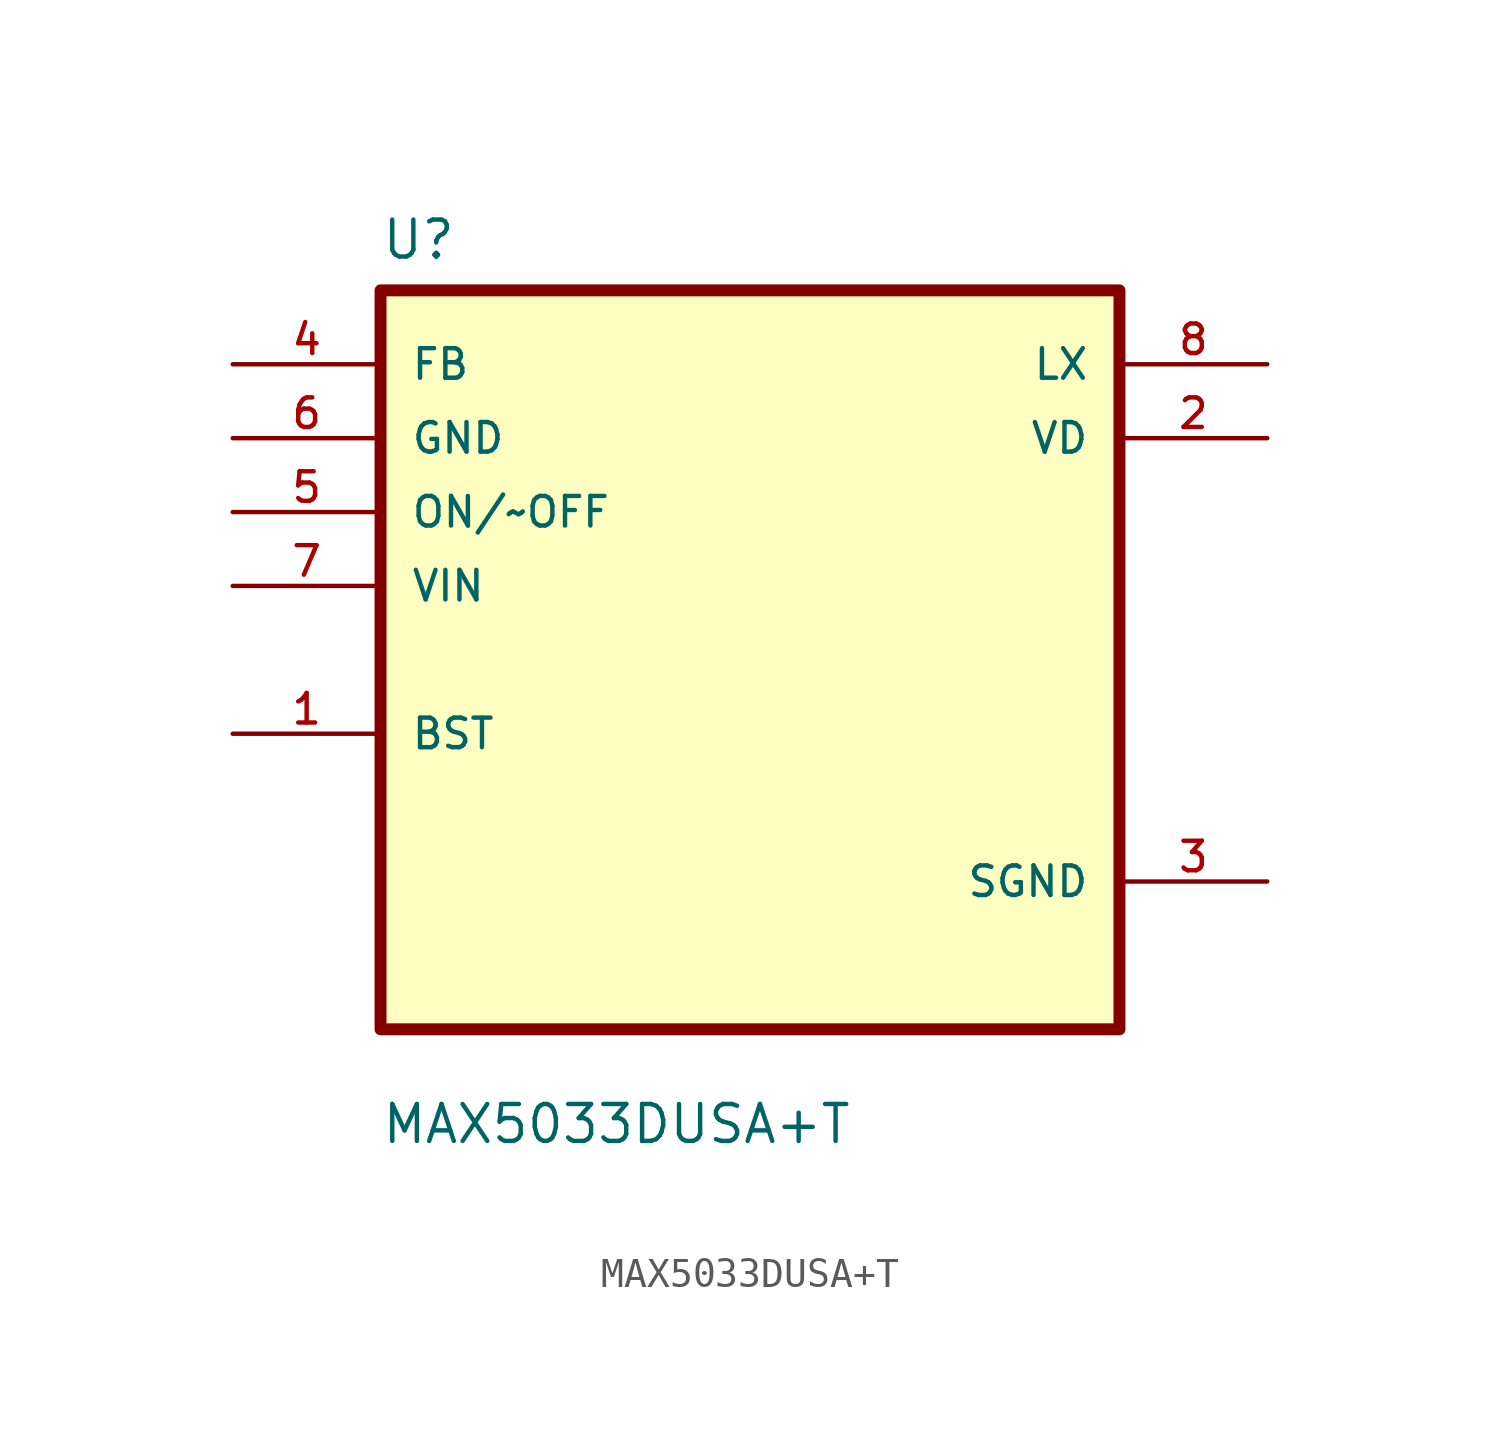
<source format=kicad_sym>
(kicad_symbol_lib
  (version 20211014)
  (generator kicad_symbol_editor)
  (symbol "MAX5033DUSA+T"
    (pin_names
      (offset 1.016))
    (property "Reference" "U"
      (at -12.7 13.7 0.0)
      (effects (font (size 1.27 1.27)) (justify bottom left)))
    (property "Value" "MAX5033DUSA+T"
      (at -12.7 -16.7 0.0)
      (effects (font (size 1.27 1.27)) (justify bottom left)))
    (symbol "MAX5033DUSA+T_0_0"
      (rectangle (start -12.7 -12.7) (end 12.7 12.7) (stroke (width 0.41)) (fill (type background)))
      (pin input line (at -17.78 10.16 0) (length 5.08) (name "FB" (effects (font (size 1.016 1.016)))) (number "4" (effects (font (size 1.016 1.016)))))
      (pin input line (at -17.78 7.62 0) (length 5.08) (name "GND" (effects (font (size 1.016 1.016)))) (number "6" (effects (font (size 1.016 1.016)))))
      (pin input line (at -17.78 5.08 0) (length 5.08) (name "ON/~OFF" (effects (font (size 1.016 1.016)))) (number "5" (effects (font (size 1.016 1.016)))))
      (pin input line (at -17.78 2.54 0) (length 5.08) (name "VIN" (effects (font (size 1.016 1.016)))) (number "7" (effects (font (size 1.016 1.016)))))
      (pin bidirectional line (at -17.78 -2.54 0) (length 5.08) (name "BST" (effects (font (size 1.016 1.016)))) (number "1" (effects (font (size 1.016 1.016)))))
      (pin output line (at 17.78 10.16 180.0) (length 5.08) (name "LX" (effects (font (size 1.016 1.016)))) (number "8" (effects (font (size 1.016 1.016)))))
      (pin output line (at 17.78 7.62 180.0) (length 5.08) (name "VD" (effects (font (size 1.016 1.016)))) (number "2" (effects (font (size 1.016 1.016)))))
      (pin power_in line (at 17.78 -7.62 180.0) (length 5.08) (name "SGND" (effects (font (size 1.016 1.016)))) (number "3" (effects (font (size 1.016 1.016))))))))
</source>
